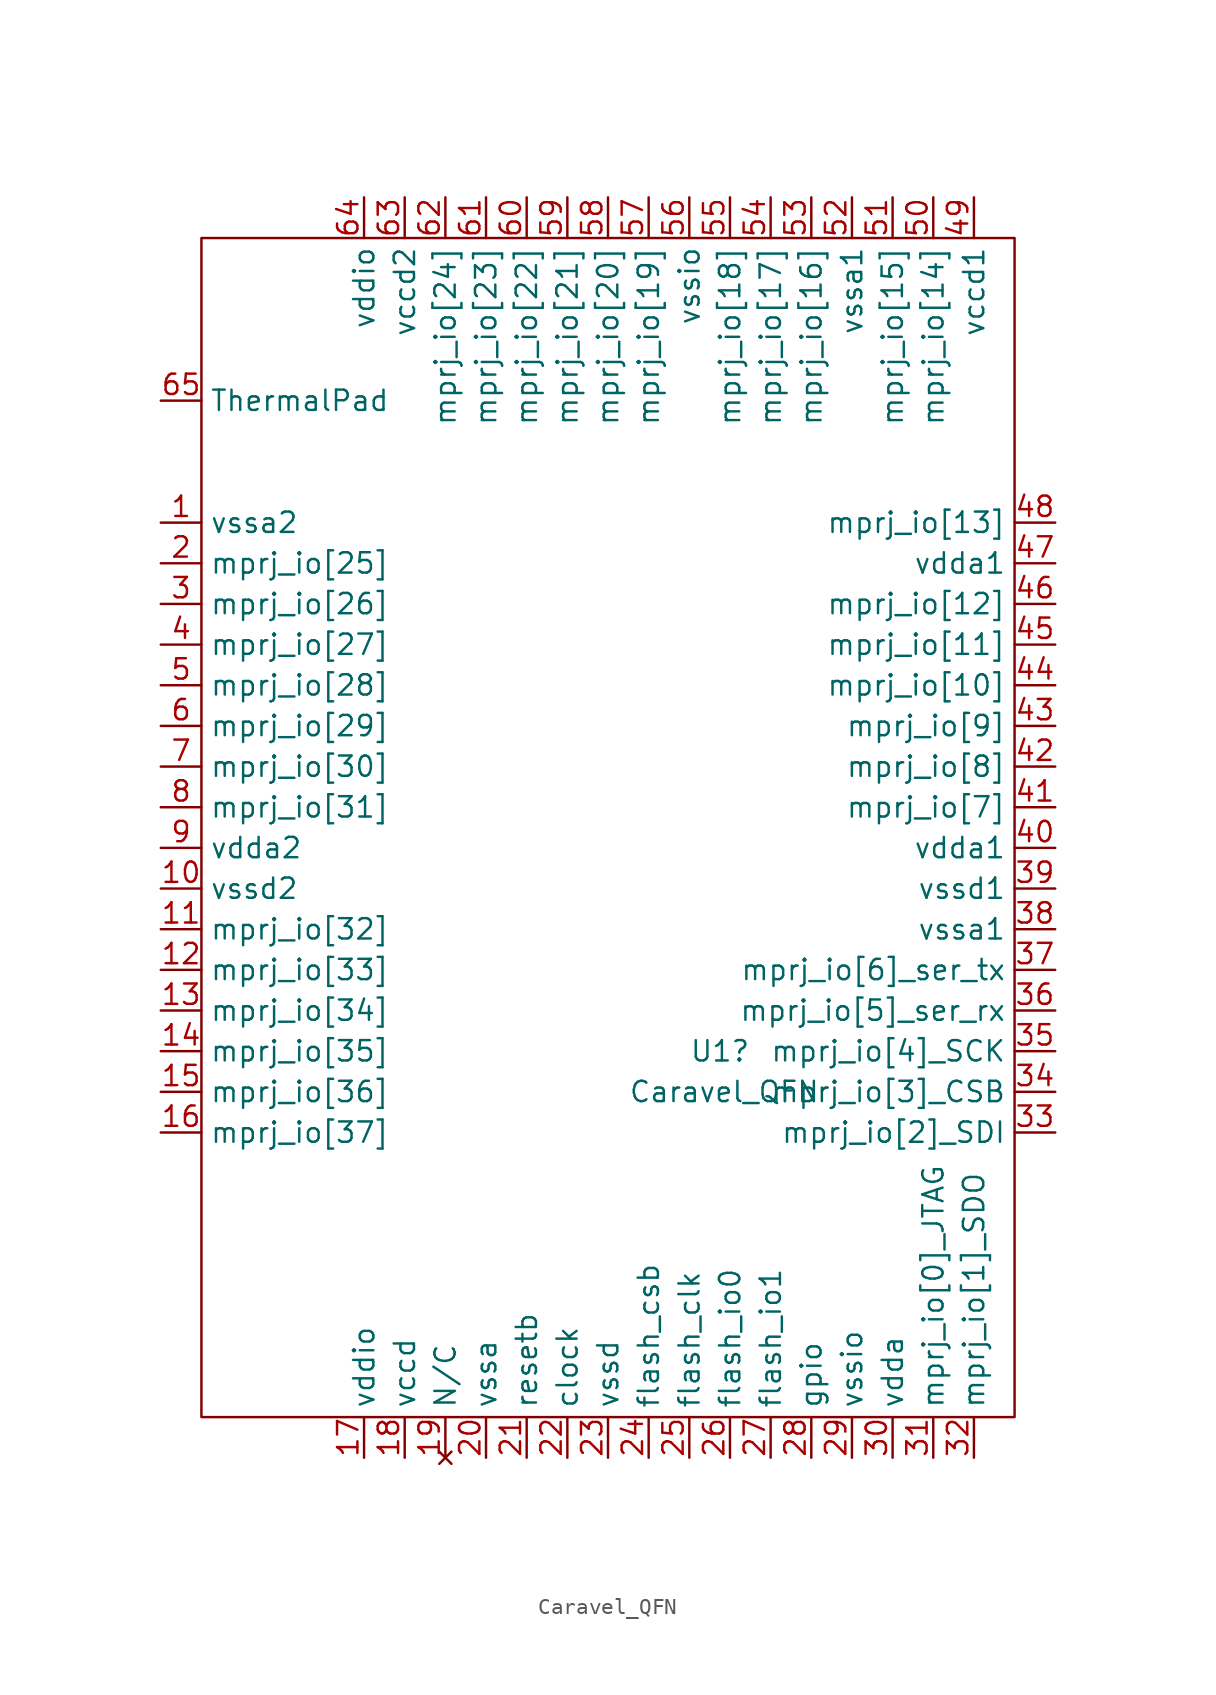
<source format=kicad_sym>
(kicad_symbol_lib
  (version 20220914)
  (generator kicad_symbol_editor)
  (symbol "Caravel_QFN"
    (property "Reference" "U1"
      (at 3.81 -10.16 0)
      (effects (font (size 1.27 1.27)) (justify left)))
    (property "Value" "Caravel_QFN"
      (at 0 -12.7 0)
      (effects (font (size 1.27 1.27)) (justify left)))
    (symbol "Caravel_QFN_0_1"
      (rectangle (start -26.67 40.64) (end 24.13 -33.02) (stroke (width 0) (type default)) (fill (type none))))
    (symbol "Caravel_QFN_1_1"
      (pin power_in line (at -29.21 22.86 0) (length 2.54) (name "vssa2" (effects (font (size 1.27 1.27)))) (number "1" (effects (font (size 1.27 1.27)))))
      (pin power_in line (at -29.21 0 0) (length 2.54) (name "vssd2" (effects (font (size 1.27 1.27)))) (number "10" (effects (font (size 1.27 1.27)))))
      (pin bidirectional line (at -29.21 -2.54 0) (length 2.54) (name "mprj_io[32]" (effects (font (size 1.27 1.27)))) (number "11" (effects (font (size 1.27 1.27)))))
      (pin bidirectional line (at -29.21 -5.08 0) (length 2.54) (name "mprj_io[33]" (effects (font (size 1.27 1.27)))) (number "12" (effects (font (size 1.27 1.27)))))
      (pin bidirectional line (at -29.21 -7.62 0) (length 2.54) (name "mprj_io[34]" (effects (font (size 1.27 1.27)))) (number "13" (effects (font (size 1.27 1.27)))))
      (pin bidirectional line (at -29.21 -10.16 0) (length 2.54) (name "mprj_io[35]" (effects (font (size 1.27 1.27)))) (number "14" (effects (font (size 1.27 1.27)))))
      (pin bidirectional line (at -29.21 -12.7 0) (length 2.54) (name "mprj_io[36]" (effects (font (size 1.27 1.27)))) (number "15" (effects (font (size 1.27 1.27)))))
      (pin bidirectional line (at -29.21 -15.24 0) (length 2.54) (name "mprj_io[37]" (effects (font (size 1.27 1.27)))) (number "16" (effects (font (size 1.27 1.27)))))
      (pin power_in line (at -16.51 -35.56 90) (length 2.54) (name "vddio" (effects (font (size 1.27 1.27)))) (number "17" (effects (font (size 1.27 1.27)))))
      (pin power_in line (at -13.97 -35.56 90) (length 2.54) (name "vccd" (effects (font (size 1.27 1.27)))) (number "18" (effects (font (size 1.27 1.27)))))
      (pin no_connect line (at -11.43 -35.56 90) (length 2.54) (name "N/C" (effects (font (size 1.27 1.27)))) (number "19" (effects (font (size 1.27 1.27)))))
      (pin bidirectional line (at -29.21 20.32 0) (length 2.54) (name "mprj_io[25]" (effects (font (size 1.27 1.27)))) (number "2" (effects (font (size 1.27 1.27)))))
      (pin power_in line (at -8.89 -35.56 90) (length 2.54) (name "vssa" (effects (font (size 1.27 1.27)))) (number "20" (effects (font (size 1.27 1.27)))))
      (pin input line (at -6.35 -35.56 90) (length 2.54) (name "resetb" (effects (font (size 1.27 1.27)))) (number "21" (effects (font (size 1.27 1.27)))))
      (pin input line (at -3.81 -35.56 90) (length 2.54) (name "clock" (effects (font (size 1.27 1.27)))) (number "22" (effects (font (size 1.27 1.27)))))
      (pin power_in line (at -1.27 -35.56 90) (length 2.54) (name "vssd" (effects (font (size 1.27 1.27)))) (number "23" (effects (font (size 1.27 1.27)))))
      (pin output line (at 1.27 -35.56 90) (length 2.54) (name "flash_csb" (effects (font (size 1.27 1.27)))) (number "24" (effects (font (size 1.27 1.27)))))
      (pin output line (at 3.81 -35.56 90) (length 2.54) (name "flash_clk" (effects (font (size 1.27 1.27)))) (number "25" (effects (font (size 1.27 1.27)))))
      (pin bidirectional line (at 6.35 -35.56 90) (length 2.54) (name "flash_io0" (effects (font (size 1.27 1.27)))) (number "26" (effects (font (size 1.27 1.27)))))
      (pin bidirectional line (at 8.89 -35.56 90) (length 2.54) (name "flash_io1" (effects (font (size 1.27 1.27)))) (number "27" (effects (font (size 1.27 1.27)))))
      (pin bidirectional line (at 11.43 -35.56 90) (length 2.54) (name "gpio" (effects (font (size 1.27 1.27)))) (number "28" (effects (font (size 1.27 1.27)))))
      (pin power_in line (at 13.97 -35.56 90) (length 2.54) (name "vssio" (effects (font (size 1.27 1.27)))) (number "29" (effects (font (size 1.27 1.27)))))
      (pin bidirectional line (at -29.21 17.78 0) (length 2.54) (name "mprj_io[26]" (effects (font (size 1.27 1.27)))) (number "3" (effects (font (size 1.27 1.27)))))
      (pin power_in line (at 16.51 -35.56 90) (length 2.54) (name "vdda" (effects (font (size 1.27 1.27)))) (number "30" (effects (font (size 1.27 1.27)))))
      (pin bidirectional line (at 19.05 -35.56 90) (length 2.54) (name "mprj_io[0]_JTAG" (effects (font (size 1.27 1.27)))) (number "31" (effects (font (size 1.27 1.27)))))
      (pin bidirectional line (at 21.59 -35.56 90) (length 2.54) (name "mprj_io[1]_SDO" (effects (font (size 1.27 1.27)))) (number "32" (effects (font (size 1.27 1.27)))))
      (pin bidirectional line (at 26.67 -15.24 180) (length 2.54) (name "mprj_io[2]_SDI" (effects (font (size 1.27 1.27)))) (number "33" (effects (font (size 1.27 1.27)))))
      (pin bidirectional line (at 26.67 -12.7 180) (length 2.54) (name "mprj_io[3]_CSB" (effects (font (size 1.27 1.27)))) (number "34" (effects (font (size 1.27 1.27)))))
      (pin bidirectional line (at 26.67 -10.16 180) (length 2.54) (name "mprj_io[4]_SCK" (effects (font (size 1.27 1.27)))) (number "35" (effects (font (size 1.27 1.27)))))
      (pin bidirectional line (at 26.67 -7.62 180) (length 2.54) (name "mprj_io[5]_ser_rx" (effects (font (size 1.27 1.27)))) (number "36" (effects (font (size 1.27 1.27)))))
      (pin bidirectional line (at 26.67 -5.08 180) (length 2.54) (name "mprj_io[6]_ser_tx" (effects (font (size 1.27 1.27)))) (number "37" (effects (font (size 1.27 1.27)))))
      (pin power_in line (at 26.67 -2.54 180) (length 2.54) (name "vssa1" (effects (font (size 1.27 1.27)))) (number "38" (effects (font (size 1.27 1.27)))))
      (pin power_in line (at 26.67 0 180) (length 2.54) (name "vssd1" (effects (font (size 1.27 1.27)))) (number "39" (effects (font (size 1.27 1.27)))))
      (pin bidirectional line (at -29.21 15.24 0) (length 2.54) (name "mprj_io[27]" (effects (font (size 1.27 1.27)))) (number "4" (effects (font (size 1.27 1.27)))))
      (pin power_in line (at 26.67 2.54 180) (length 2.54) (name "vdda1" (effects (font (size 1.27 1.27)))) (number "40" (effects (font (size 1.27 1.27)))))
      (pin bidirectional line (at 26.67 5.08 180) (length 2.54) (name "mprj_io[7]" (effects (font (size 1.27 1.27)))) (number "41" (effects (font (size 1.27 1.27)))))
      (pin bidirectional line (at 26.67 7.62 180) (length 2.54) (name "mprj_io[8]" (effects (font (size 1.27 1.27)))) (number "42" (effects (font (size 1.27 1.27)))))
      (pin bidirectional line (at 26.67 10.16 180) (length 2.54) (name "mprj_io[9]" (effects (font (size 1.27 1.27)))) (number "43" (effects (font (size 1.27 1.27)))))
      (pin bidirectional line (at 26.67 12.7 180) (length 2.54) (name "mprj_io[10]" (effects (font (size 1.27 1.27)))) (number "44" (effects (font (size 1.27 1.27)))))
      (pin bidirectional line (at 26.67 15.24 180) (length 2.54) (name "mprj_io[11]" (effects (font (size 1.27 1.27)))) (number "45" (effects (font (size 1.27 1.27)))))
      (pin bidirectional line (at 26.67 17.78 180) (length 2.54) (name "mprj_io[12]" (effects (font (size 1.27 1.27)))) (number "46" (effects (font (size 1.27 1.27)))))
      (pin power_in line (at 26.67 20.32 180) (length 2.54) (name "vdda1" (effects (font (size 1.27 1.27)))) (number "47" (effects (font (size 1.27 1.27)))))
      (pin bidirectional line (at 26.67 22.86 180) (length 2.54) (name "mprj_io[13]" (effects (font (size 1.27 1.27)))) (number "48" (effects (font (size 1.27 1.27)))))
      (pin power_in line (at 21.59 43.18 270) (length 2.54) (name "vccd1" (effects (font (size 1.27 1.27)))) (number "49" (effects (font (size 1.27 1.27)))))
      (pin bidirectional line (at -29.21 12.7 0) (length 2.54) (name "mprj_io[28]" (effects (font (size 1.27 1.27)))) (number "5" (effects (font (size 1.27 1.27)))))
      (pin bidirectional line (at 19.05 43.18 270) (length 2.54) (name "mprj_io[14]" (effects (font (size 1.27 1.27)))) (number "50" (effects (font (size 1.27 1.27)))))
      (pin bidirectional line (at 16.51 43.18 270) (length 2.54) (name "mprj_io[15]" (effects (font (size 1.27 1.27)))) (number "51" (effects (font (size 1.27 1.27)))))
      (pin power_in line (at 13.97 43.18 270) (length 2.54) (name "vssa1" (effects (font (size 1.27 1.27)))) (number "52" (effects (font (size 1.27 1.27)))))
      (pin bidirectional line (at 11.43 43.18 270) (length 2.54) (name "mprj_io[16]" (effects (font (size 1.27 1.27)))) (number "53" (effects (font (size 1.27 1.27)))))
      (pin bidirectional line (at 8.89 43.18 270) (length 2.54) (name "mprj_io[17]" (effects (font (size 1.27 1.27)))) (number "54" (effects (font (size 1.27 1.27)))))
      (pin bidirectional line (at 6.35 43.18 270) (length 2.54) (name "mprj_io[18]" (effects (font (size 1.27 1.27)))) (number "55" (effects (font (size 1.27 1.27)))))
      (pin power_in line (at 3.81 43.18 270) (length 2.54) (name "vssio" (effects (font (size 1.27 1.27)))) (number "56" (effects (font (size 1.27 1.27)))))
      (pin bidirectional line (at 1.27 43.18 270) (length 2.54) (name "mprj_io[19]" (effects (font (size 1.27 1.27)))) (number "57" (effects (font (size 1.27 1.27)))))
      (pin bidirectional line (at -1.27 43.18 270) (length 2.54) (name "mprj_io[20]" (effects (font (size 1.27 1.27)))) (number "58" (effects (font (size 1.27 1.27)))))
      (pin bidirectional line (at -3.81 43.18 270) (length 2.54) (name "mprj_io[21]" (effects (font (size 1.27 1.27)))) (number "59" (effects (font (size 1.27 1.27)))))
      (pin bidirectional line (at -29.21 10.16 0) (length 2.54) (name "mprj_io[29]" (effects (font (size 1.27 1.27)))) (number "6" (effects (font (size 1.27 1.27)))))
      (pin bidirectional line (at -6.35 43.18 270) (length 2.54) (name "mprj_io[22]" (effects (font (size 1.27 1.27)))) (number "60" (effects (font (size 1.27 1.27)))))
      (pin bidirectional line (at -8.89 43.18 270) (length 2.54) (name "mprj_io[23]" (effects (font (size 1.27 1.27)))) (number "61" (effects (font (size 1.27 1.27)))))
      (pin bidirectional line (at -11.43 43.18 270) (length 2.54) (name "mprj_io[24]" (effects (font (size 1.27 1.27)))) (number "62" (effects (font (size 1.27 1.27)))))
      (pin power_in line (at -13.97 43.18 270) (length 2.54) (name "vccd2" (effects (font (size 1.27 1.27)))) (number "63" (effects (font (size 1.27 1.27)))))
      (pin power_in line (at -16.51 43.18 270) (length 2.54) (name "vddio" (effects (font (size 1.27 1.27)))) (number "64" (effects (font (size 1.27 1.27)))))
      (pin power_in line (at -29.21 30.48 0) (length 2.54) (name "ThermalPad" (effects (font (size 1.27 1.27)))) (number "65" (effects (font (size 1.27 1.27)))))
      (pin bidirectional line (at -29.21 7.62 0) (length 2.54) (name "mprj_io[30]" (effects (font (size 1.27 1.27)))) (number "7" (effects (font (size 1.27 1.27)))))
      (pin bidirectional line (at -29.21 5.08 0) (length 2.54) (name "mprj_io[31]" (effects (font (size 1.27 1.27)))) (number "8" (effects (font (size 1.27 1.27)))))
      (pin power_in line (at -29.21 2.54 0) (length 2.54) (name "vdda2" (effects (font (size 1.27 1.27)))) (number "9" (effects (font (size 1.27 1.27))))))))
</source>
